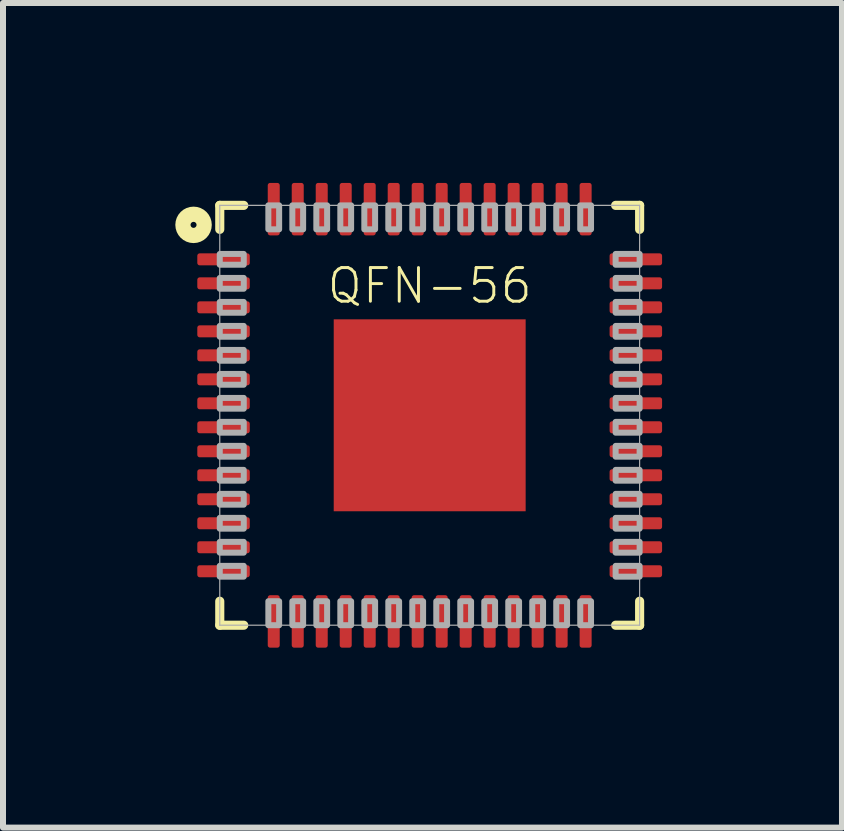
<source format=kicad_pcb>
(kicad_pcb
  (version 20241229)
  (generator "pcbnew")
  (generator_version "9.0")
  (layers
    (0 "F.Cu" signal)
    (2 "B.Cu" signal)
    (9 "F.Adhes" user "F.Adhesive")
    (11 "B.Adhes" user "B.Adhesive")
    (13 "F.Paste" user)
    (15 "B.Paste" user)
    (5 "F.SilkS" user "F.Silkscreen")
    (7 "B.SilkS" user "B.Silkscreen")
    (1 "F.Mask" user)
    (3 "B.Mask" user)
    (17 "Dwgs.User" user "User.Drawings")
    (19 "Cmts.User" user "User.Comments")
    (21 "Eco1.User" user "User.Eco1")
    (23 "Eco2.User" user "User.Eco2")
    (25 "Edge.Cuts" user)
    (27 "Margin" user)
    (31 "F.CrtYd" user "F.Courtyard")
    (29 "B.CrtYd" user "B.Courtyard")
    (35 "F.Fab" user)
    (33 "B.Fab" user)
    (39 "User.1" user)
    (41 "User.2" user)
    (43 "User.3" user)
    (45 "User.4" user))
  (footprint "QFN-56"
    (layer "F.Cu")
    (at 4.114 3.874)
    (property "Reference" "QFN-56" (at 0 -2.159 0) (layer "F.SilkS") (effects (font (size 0.561 0.561) (thickness 0.049))))
    (fp_line (start -3.5 -3.5) (end -3.5 -3.1) (stroke (width 0.152) (type solid)) (layer "F.SilkS"))
    (fp_line (start -3.5 3.5) (end -3.5 3.1) (stroke (width 0.152) (type solid)) (layer "F.SilkS"))
    (fp_line (start -3.1 -3.5) (end -3.5 -3.5) (stroke (width 0.152) (type solid)) (layer "F.SilkS"))
    (fp_line (start -3.1 3.5) (end -3.5 3.5) (stroke (width 0.152) (type solid)) (layer "F.SilkS"))
    (fp_line (start 3.1 3.5) (end 3.5 3.5) (stroke (width 0.152) (type solid)) (layer "F.SilkS"))
    (fp_line (start 3.5 -3.5) (end 3.1 -3.5) (stroke (width 0.152) (type solid)) (layer "F.SilkS"))
    (fp_line (start 3.5 -3.1) (end 3.5 -3.5) (stroke (width 0.152) (type solid)) (layer "F.SilkS"))
    (fp_line (start 3.5 3.1) (end 3.5 3.5) (stroke (width 0.152) (type solid)) (layer "F.SilkS"))
    (fp_circle (center -3.937 -3.175) (end -3.887 -3.175) (stroke (width 0.254) (type solid)) (fill no) (layer "F.SilkS"))
    (fp_poly (pts (xy -3.75 -2.5) (xy -3.1 -2.5) (xy -3.1 -2.7) (xy -3.75 -2.7)) (stroke (width 0) (type default)) (fill yes) (layer "F.Paste"))
    (fp_poly (pts (xy -3.75 -2.1) (xy -3.1 -2.1) (xy -3.1 -2.3) (xy -3.75 -2.3)) (stroke (width 0) (type default)) (fill yes) (layer "F.Paste"))
    (fp_poly (pts (xy -3.75 -1.7) (xy -3.1 -1.7) (xy -3.1 -1.9) (xy -3.75 -1.9)) (stroke (width 0) (type default)) (fill yes) (layer "F.Paste"))
    (fp_poly (pts (xy -3.75 -1.3) (xy -3.1 -1.3) (xy -3.1 -1.5) (xy -3.75 -1.5)) (stroke (width 0) (type default)) (fill yes) (layer "F.Paste"))
    (fp_poly (pts (xy -3.75 -0.9) (xy -3.1 -0.9) (xy -3.1 -1.1) (xy -3.75 -1.1)) (stroke (width 0) (type default)) (fill yes) (layer "F.Paste"))
    (fp_poly (pts (xy -3.75 -0.5) (xy -3.1 -0.5) (xy -3.1 -0.7) (xy -3.75 -0.7)) (stroke (width 0) (type default)) (fill yes) (layer "F.Paste"))
    (fp_poly (pts (xy -3.75 -0.1) (xy -3.1 -0.1) (xy -3.1 -0.3) (xy -3.75 -0.3)) (stroke (width 0) (type default)) (fill yes) (layer "F.Paste"))
    (fp_poly (pts (xy -3.75 0.3) (xy -3.1 0.3) (xy -3.1 0.1) (xy -3.75 0.1)) (stroke (width 0) (type default)) (fill yes) (layer "F.Paste"))
    (fp_poly (pts (xy -3.75 0.7) (xy -3.1 0.7) (xy -3.1 0.5) (xy -3.75 0.5)) (stroke (width 0) (type default)) (fill yes) (layer "F.Paste"))
    (fp_poly (pts (xy -3.75 1.1) (xy -3.1 1.1) (xy -3.1 0.9) (xy -3.75 0.9)) (stroke (width 0) (type default)) (fill yes) (layer "F.Paste"))
    (fp_poly (pts (xy -3.75 1.5) (xy -3.1 1.5) (xy -3.1 1.3) (xy -3.75 1.3)) (stroke (width 0) (type default)) (fill yes) (layer "F.Paste"))
    (fp_poly (pts (xy -3.75 1.9) (xy -3.1 1.9) (xy -3.1 1.7) (xy -3.75 1.7)) (stroke (width 0) (type default)) (fill yes) (layer "F.Paste"))
    (fp_poly (pts (xy -3.75 2.3) (xy -3.1 2.3) (xy -3.1 2.1) (xy -3.75 2.1)) (stroke (width 0) (type default)) (fill yes) (layer "F.Paste"))
    (fp_poly (pts (xy -3.75 2.7) (xy -3.1 2.7) (xy -3.1 2.5) (xy -3.75 2.5)) (stroke (width 0) (type default)) (fill yes) (layer "F.Paste"))
    (fp_poly (pts (xy -2.7 -3.75) (xy -2.7 -3.1) (xy -2.5 -3.1) (xy -2.5 -3.75)) (stroke (width 0) (type default)) (fill yes) (layer "F.Paste"))
    (fp_poly (pts (xy -2.5 3.75) (xy -2.5 3.1) (xy -2.7 3.1) (xy -2.7 3.75)) (stroke (width 0) (type default)) (fill yes) (layer "F.Paste"))
    (fp_poly (pts (xy -2.3 -3.75) (xy -2.3 -3.1) (xy -2.1 -3.1) (xy -2.1 -3.75)) (stroke (width 0) (type default)) (fill yes) (layer "F.Paste"))
    (fp_poly (pts (xy -2.1 3.75) (xy -2.1 3.1) (xy -2.3 3.1) (xy -2.3 3.75)) (stroke (width 0) (type default)) (fill yes) (layer "F.Paste"))
    (fp_poly (pts (xy -1.9 -3.75) (xy -1.9 -3.1) (xy -1.7 -3.1) (xy -1.7 -3.75)) (stroke (width 0) (type default)) (fill yes) (layer "F.Paste"))
    (fp_poly (pts (xy -1.7 3.75) (xy -1.7 3.1) (xy -1.9 3.1) (xy -1.9 3.75)) (stroke (width 0) (type default)) (fill yes) (layer "F.Paste"))
    (fp_poly (pts (xy -1.5 -3.75) (xy -1.5 -3.1) (xy -1.3 -3.1) (xy -1.3 -3.75)) (stroke (width 0) (type default)) (fill yes) (layer "F.Paste"))
    (fp_poly (pts (xy -1.3 -0.7) (xy -0.7 -0.7) (xy -0.7 -1.3) (xy -1.3 -1.3)) (stroke (width 0) (type default)) (fill yes) (layer "F.Paste"))
    (fp_poly (pts (xy -1.3 1.3) (xy -0.7 1.3) (xy -0.7 0.7) (xy -1.3 0.7)) (stroke (width 0) (type default)) (fill yes) (layer "F.Paste"))
    (fp_poly (pts (xy -1.3 3.75) (xy -1.3 3.1) (xy -1.5 3.1) (xy -1.5 3.75)) (stroke (width 0) (type default)) (fill yes) (layer "F.Paste"))
    (fp_poly (pts (xy -1.1 -3.75) (xy -1.1 -3.1) (xy -0.9 -3.1) (xy -0.9 -3.75)) (stroke (width 0) (type default)) (fill yes) (layer "F.Paste"))
    (fp_poly (pts (xy -0.9 3.75) (xy -0.9 3.1) (xy -1.1 3.1) (xy -1.1 3.75)) (stroke (width 0) (type default)) (fill yes) (layer "F.Paste"))
    (fp_poly (pts (xy -0.7 -3.75) (xy -0.7 -3.1) (xy -0.5 -3.1) (xy -0.5 -3.75)) (stroke (width 0) (type default)) (fill yes) (layer "F.Paste"))
    (fp_poly (pts (xy -0.5 3.75) (xy -0.5 3.1) (xy -0.7 3.1) (xy -0.7 3.75)) (stroke (width 0) (type default)) (fill yes) (layer "F.Paste"))
    (fp_poly (pts (xy -0.3 -3.75) (xy -0.3 -3.1) (xy -0.1 -3.1) (xy -0.1 -3.75)) (stroke (width 0) (type default)) (fill yes) (layer "F.Paste"))
    (fp_poly (pts (xy -0.3 0.3) (xy 0.3 0.3) (xy 0.3 -0.3) (xy -0.3 -0.3)) (stroke (width 0) (type default)) (fill yes) (layer "F.Paste"))
    (fp_poly (pts (xy -0.1 3.75) (xy -0.1 3.1) (xy -0.3 3.1) (xy -0.3 3.75)) (stroke (width 0) (type default)) (fill yes) (layer "F.Paste"))
    (fp_poly (pts (xy 0.1 -3.75) (xy 0.1 -3.1) (xy 0.3 -3.1) (xy 0.3 -3.75)) (stroke (width 0) (type default)) (fill yes) (layer "F.Paste"))
    (fp_poly (pts (xy 0.3 3.75) (xy 0.3 3.1) (xy 0.1 3.1) (xy 0.1 3.75)) (stroke (width 0) (type default)) (fill yes) (layer "F.Paste"))
    (fp_poly (pts (xy 0.5 -3.75) (xy 0.5 -3.1) (xy 0.7 -3.1) (xy 0.7 -3.75)) (stroke (width 0) (type default)) (fill yes) (layer "F.Paste"))
    (fp_poly (pts (xy 0.7 -0.7) (xy 1.3 -0.7) (xy 1.3 -1.3) (xy 0.7 -1.3)) (stroke (width 0) (type default)) (fill yes) (layer "F.Paste"))
    (fp_poly (pts (xy 0.7 1.3) (xy 1.3 1.3) (xy 1.3 0.7) (xy 0.7 0.7)) (stroke (width 0) (type default)) (fill yes) (layer "F.Paste"))
    (fp_poly (pts (xy 0.7 3.75) (xy 0.7 3.1) (xy 0.5 3.1) (xy 0.5 3.75)) (stroke (width 0) (type default)) (fill yes) (layer "F.Paste"))
    (fp_poly (pts (xy 0.9 -3.75) (xy 0.9 -3.1) (xy 1.1 -3.1) (xy 1.1 -3.75)) (stroke (width 0) (type default)) (fill yes) (layer "F.Paste"))
    (fp_poly (pts (xy 1.1 3.75) (xy 1.1 3.1) (xy 0.9 3.1) (xy 0.9 3.75)) (stroke (width 0) (type default)) (fill yes) (layer "F.Paste"))
    (fp_poly (pts (xy 1.3 -3.75) (xy 1.3 -3.1) (xy 1.5 -3.1) (xy 1.5 -3.75)) (stroke (width 0) (type default)) (fill yes) (layer "F.Paste"))
    (fp_poly (pts (xy 1.5 3.75) (xy 1.5 3.1) (xy 1.3 3.1) (xy 1.3 3.75)) (stroke (width 0) (type default)) (fill yes) (layer "F.Paste"))
    (fp_poly (pts (xy 1.7 -3.75) (xy 1.7 -3.1) (xy 1.9 -3.1) (xy 1.9 -3.75)) (stroke (width 0) (type default)) (fill yes) (layer "F.Paste"))
    (fp_poly (pts (xy 1.9 3.75) (xy 1.9 3.1) (xy 1.7 3.1) (xy 1.7 3.75)) (stroke (width 0) (type default)) (fill yes) (layer "F.Paste"))
    (fp_poly (pts (xy 2.1 -3.75) (xy 2.1 -3.1) (xy 2.3 -3.1) (xy 2.3 -3.75)) (stroke (width 0) (type default)) (fill yes) (layer "F.Paste"))
    (fp_poly (pts (xy 2.3 3.75) (xy 2.3 3.1) (xy 2.1 3.1) (xy 2.1 3.75)) (stroke (width 0) (type default)) (fill yes) (layer "F.Paste"))
    (fp_poly (pts (xy 2.5 -3.75) (xy 2.5 -3.1) (xy 2.7 -3.1) (xy 2.7 -3.75)) (stroke (width 0) (type default)) (fill yes) (layer "F.Paste"))
    (fp_poly (pts (xy 2.7 3.75) (xy 2.7 3.1) (xy 2.5 3.1) (xy 2.5 3.75)) (stroke (width 0) (type default)) (fill yes) (layer "F.Paste"))
    (fp_poly (pts (xy 3.75 -2.7) (xy 3.1 -2.7) (xy 3.1 -2.5) (xy 3.75 -2.5)) (stroke (width 0) (type default)) (fill yes) (layer "F.Paste"))
    (fp_poly (pts (xy 3.75 -2.3) (xy 3.1 -2.3) (xy 3.1 -2.1) (xy 3.75 -2.1)) (stroke (width 0) (type default)) (fill yes) (layer "F.Paste"))
    (fp_poly (pts (xy 3.75 -1.9) (xy 3.1 -1.9) (xy 3.1 -1.7) (xy 3.75 -1.7)) (stroke (width 0) (type default)) (fill yes) (layer "F.Paste"))
    (fp_poly (pts (xy 3.75 -1.5) (xy 3.1 -1.5) (xy 3.1 -1.3) (xy 3.75 -1.3)) (stroke (width 0) (type default)) (fill yes) (layer "F.Paste"))
    (fp_poly (pts (xy 3.75 -1.1) (xy 3.1 -1.1) (xy 3.1 -0.9) (xy 3.75 -0.9)) (stroke (width 0) (type default)) (fill yes) (layer "F.Paste"))
    (fp_poly (pts (xy 3.75 -0.7) (xy 3.1 -0.7) (xy 3.1 -0.5) (xy 3.75 -0.5)) (stroke (width 0) (type default)) (fill yes) (layer "F.Paste"))
    (fp_poly (pts (xy 3.75 -0.3) (xy 3.1 -0.3) (xy 3.1 -0.1) (xy 3.75 -0.1)) (stroke (width 0) (type default)) (fill yes) (layer "F.Paste"))
    (fp_poly (pts (xy 3.75 0.1) (xy 3.1 0.1) (xy 3.1 0.3) (xy 3.75 0.3)) (stroke (width 0) (type default)) (fill yes) (layer "F.Paste"))
    (fp_poly (pts (xy 3.75 0.5) (xy 3.1 0.5) (xy 3.1 0.7) (xy 3.75 0.7)) (stroke (width 0) (type default)) (fill yes) (layer "F.Paste"))
    (fp_poly (pts (xy 3.75 0.9) (xy 3.1 0.9) (xy 3.1 1.1) (xy 3.75 1.1)) (stroke (width 0) (type default)) (fill yes) (layer "F.Paste"))
    (fp_poly (pts (xy 3.75 1.3) (xy 3.1 1.3) (xy 3.1 1.5) (xy 3.75 1.5)) (stroke (width 0) (type default)) (fill yes) (layer "F.Paste"))
    (fp_poly (pts (xy 3.75 1.7) (xy 3.1 1.7) (xy 3.1 1.9) (xy 3.75 1.9)) (stroke (width 0) (type default)) (fill yes) (layer "F.Paste"))
    (fp_poly (pts (xy 3.75 2.1) (xy 3.1 2.1) (xy 3.1 2.3) (xy 3.75 2.3)) (stroke (width 0) (type default)) (fill yes) (layer "F.Paste"))
    (fp_poly (pts (xy 3.75 2.5) (xy 3.1 2.5) (xy 3.1 2.7) (xy 3.75 2.7)) (stroke (width 0) (type default)) (fill yes) (layer "F.Paste"))
    (fp_line (start -3.5 -3.5) (end -3.5 3.5) (stroke (width 0.02) (type solid)) (layer "F.Fab"))
    (fp_line (start -3.5 3.5) (end 3.5 3.5) (stroke (width 0.02) (type solid)) (layer "F.Fab"))
    (fp_line (start 3.5 -3.5) (end -3.5 -3.5) (stroke (width 0.02) (type solid)) (layer "F.Fab"))
    (fp_line (start 3.5 3.5) (end 3.5 -3.5) (stroke (width 0.02) (type solid)) (layer "F.Fab"))
    (fp_poly (pts (xy -3.5 -2.51) (xy -3.1 -2.51) (xy -3.1 -2.69) (xy -3.5 -2.69)) (stroke (width 0.1) (type default)) (fill no) (layer "F.Fab"))
    (fp_poly (pts (xy -3.5 -2.11) (xy -3.1 -2.11) (xy -3.1 -2.29) (xy -3.5 -2.29)) (stroke (width 0.1) (type default)) (fill no) (layer "F.Fab"))
    (fp_poly (pts (xy -3.5 -1.71) (xy -3.1 -1.71) (xy -3.1 -1.89) (xy -3.5 -1.89)) (stroke (width 0.1) (type default)) (fill no) (layer "F.Fab"))
    (fp_poly (pts (xy -3.5 -1.31) (xy -3.1 -1.31) (xy -3.1 -1.49) (xy -3.5 -1.49)) (stroke (width 0.1) (type default)) (fill no) (layer "F.Fab"))
    (fp_poly (pts (xy -3.5 -0.91) (xy -3.1 -0.91) (xy -3.1 -1.09) (xy -3.5 -1.09)) (stroke (width 0.1) (type default)) (fill no) (layer "F.Fab"))
    (fp_poly (pts (xy -3.5 -0.51) (xy -3.1 -0.51) (xy -3.1 -0.69) (xy -3.5 -0.69)) (stroke (width 0.1) (type default)) (fill no) (layer "F.Fab"))
    (fp_poly (pts (xy -3.5 -0.11) (xy -3.1 -0.11) (xy -3.1 -0.29) (xy -3.5 -0.29)) (stroke (width 0.1) (type default)) (fill no) (layer "F.Fab"))
    (fp_poly (pts (xy -3.5 0.29) (xy -3.1 0.29) (xy -3.1 0.11) (xy -3.5 0.11)) (stroke (width 0.1) (type default)) (fill no) (layer "F.Fab"))
    (fp_poly (pts (xy -3.5 0.69) (xy -3.1 0.69) (xy -3.1 0.51) (xy -3.5 0.51)) (stroke (width 0.1) (type default)) (fill no) (layer "F.Fab"))
    (fp_poly (pts (xy -3.5 1.09) (xy -3.1 1.09) (xy -3.1 0.91) (xy -3.5 0.91)) (stroke (width 0.1) (type default)) (fill no) (layer "F.Fab"))
    (fp_poly (pts (xy -3.5 1.49) (xy -3.1 1.49) (xy -3.1 1.31) (xy -3.5 1.31)) (stroke (width 0.1) (type default)) (fill no) (layer "F.Fab"))
    (fp_poly (pts (xy -3.5 1.89) (xy -3.1 1.89) (xy -3.1 1.71) (xy -3.5 1.71)) (stroke (width 0.1) (type default)) (fill no) (layer "F.Fab"))
    (fp_poly (pts (xy -3.5 2.29) (xy -3.1 2.29) (xy -3.1 2.11) (xy -3.5 2.11)) (stroke (width 0.1) (type default)) (fill no) (layer "F.Fab"))
    (fp_poly (pts (xy -3.5 2.69) (xy -3.1 2.69) (xy -3.1 2.51) (xy -3.5 2.51)) (stroke (width 0.1) (type default)) (fill no) (layer "F.Fab"))
    (fp_poly (pts (xy -2.69 -3.5) (xy -2.69 -3.1) (xy -2.51 -3.1) (xy -2.51 -3.5)) (stroke (width 0.1) (type default)) (fill no) (layer "F.Fab"))
    (fp_poly (pts (xy -2.51 3.5) (xy -2.51 3.1) (xy -2.69 3.1) (xy -2.69 3.5)) (stroke (width 0.1) (type default)) (fill no) (layer "F.Fab"))
    (fp_poly (pts (xy -2.29 -3.5) (xy -2.29 -3.1) (xy -2.11 -3.1) (xy -2.11 -3.5)) (stroke (width 0.1) (type default)) (fill no) (layer "F.Fab"))
    (fp_poly (pts (xy -2.11 3.5) (xy -2.11 3.1) (xy -2.29 3.1) (xy -2.29 3.5)) (stroke (width 0.1) (type default)) (fill no) (layer "F.Fab"))
    (fp_poly (pts (xy -1.89 -3.5) (xy -1.89 -3.1) (xy -1.71 -3.1) (xy -1.71 -3.5)) (stroke (width 0.1) (type default)) (fill no) (layer "F.Fab"))
    (fp_poly (pts (xy -1.71 3.5) (xy -1.71 3.1) (xy -1.89 3.1) (xy -1.89 3.5)) (stroke (width 0.1) (type default)) (fill no) (layer "F.Fab"))
    (fp_poly (pts (xy -1.49 -3.5) (xy -1.49 -3.1) (xy -1.31 -3.1) (xy -1.31 -3.5)) (stroke (width 0.1) (type default)) (fill no) (layer "F.Fab"))
    (fp_poly (pts (xy -1.31 3.5) (xy -1.31 3.1) (xy -1.49 3.1) (xy -1.49 3.5)) (stroke (width 0.1) (type default)) (fill no) (layer "F.Fab"))
    (fp_poly (pts (xy -1.09 -3.5) (xy -1.09 -3.1) (xy -0.91 -3.1) (xy -0.91 -3.5)) (stroke (width 0.1) (type default)) (fill no) (layer "F.Fab"))
    (fp_poly (pts (xy -0.91 3.5) (xy -0.91 3.1) (xy -1.09 3.1) (xy -1.09 3.5)) (stroke (width 0.1) (type default)) (fill no) (layer "F.Fab"))
    (fp_poly (pts (xy -0.69 -3.5) (xy -0.69 -3.1) (xy -0.51 -3.1) (xy -0.51 -3.5)) (stroke (width 0.1) (type default)) (fill no) (layer "F.Fab"))
    (fp_poly (pts (xy -0.51 3.5) (xy -0.51 3.1) (xy -0.69 3.1) (xy -0.69 3.5)) (stroke (width 0.1) (type default)) (fill no) (layer "F.Fab"))
    (fp_poly (pts (xy -0.29 -3.5) (xy -0.29 -3.1) (xy -0.11 -3.1) (xy -0.11 -3.5)) (stroke (width 0.1) (type default)) (fill no) (layer "F.Fab"))
    (fp_poly (pts (xy -0.11 3.5) (xy -0.11 3.1) (xy -0.29 3.1) (xy -0.29 3.5)) (stroke (width 0.1) (type default)) (fill no) (layer "F.Fab"))
    (fp_poly (pts (xy 0.11 -3.5) (xy 0.11 -3.1) (xy 0.29 -3.1) (xy 0.29 -3.5)) (stroke (width 0.1) (type default)) (fill no) (layer "F.Fab"))
    (fp_poly (pts (xy 0.29 3.5) (xy 0.29 3.1) (xy 0.11 3.1) (xy 0.11 3.5)) (stroke (width 0.1) (type default)) (fill no) (layer "F.Fab"))
    (fp_poly (pts (xy 0.51 -3.5) (xy 0.51 -3.1) (xy 0.69 -3.1) (xy 0.69 -3.5)) (stroke (width 0.1) (type default)) (fill no) (layer "F.Fab"))
    (fp_poly (pts (xy 0.69 3.5) (xy 0.69 3.1) (xy 0.51 3.1) (xy 0.51 3.5)) (stroke (width 0.1) (type default)) (fill no) (layer "F.Fab"))
    (fp_poly (pts (xy 0.91 -3.5) (xy 0.91 -3.1) (xy 1.09 -3.1) (xy 1.09 -3.5)) (stroke (width 0.1) (type default)) (fill no) (layer "F.Fab"))
    (fp_poly (pts (xy 1.09 3.5) (xy 1.09 3.1) (xy 0.91 3.1) (xy 0.91 3.5)) (stroke (width 0.1) (type default)) (fill no) (layer "F.Fab"))
    (fp_poly (pts (xy 1.31 -3.5) (xy 1.31 -3.1) (xy 1.49 -3.1) (xy 1.49 -3.5)) (stroke (width 0.1) (type default)) (fill no) (layer "F.Fab"))
    (fp_poly (pts (xy 1.49 3.5) (xy 1.49 3.1) (xy 1.31 3.1) (xy 1.31 3.5)) (stroke (width 0.1) (type default)) (fill no) (layer "F.Fab"))
    (fp_poly (pts (xy 1.71 -3.5) (xy 1.71 -3.1) (xy 1.89 -3.1) (xy 1.89 -3.5)) (stroke (width 0.1) (type default)) (fill no) (layer "F.Fab"))
    (fp_poly (pts (xy 1.89 3.5) (xy 1.89 3.1) (xy 1.71 3.1) (xy 1.71 3.5)) (stroke (width 0.1) (type default)) (fill no) (layer "F.Fab"))
    (fp_poly (pts (xy 2.11 -3.5) (xy 2.11 -3.1) (xy 2.29 -3.1) (xy 2.29 -3.5)) (stroke (width 0.1) (type default)) (fill no) (layer "F.Fab"))
    (fp_poly (pts (xy 2.29 3.5) (xy 2.29 3.1) (xy 2.11 3.1) (xy 2.11 3.5)) (stroke (width 0.1) (type default)) (fill no) (layer "F.Fab"))
    (fp_poly (pts (xy 2.51 -3.5) (xy 2.51 -3.1) (xy 2.69 -3.1) (xy 2.69 -3.5)) (stroke (width 0.1) (type default)) (fill no) (layer "F.Fab"))
    (fp_poly (pts (xy 2.69 3.5) (xy 2.69 3.1) (xy 2.51 3.1) (xy 2.51 3.5)) (stroke (width 0.1) (type default)) (fill no) (layer "F.Fab"))
    (fp_poly (pts (xy 3.5 -2.69) (xy 3.1 -2.69) (xy 3.1 -2.51) (xy 3.5 -2.51)) (stroke (width 0.1) (type default)) (fill no) (layer "F.Fab"))
    (fp_poly (pts (xy 3.5 -2.29) (xy 3.1 -2.29) (xy 3.1 -2.11) (xy 3.5 -2.11)) (stroke (width 0.1) (type default)) (fill no) (layer "F.Fab"))
    (fp_poly (pts (xy 3.5 -1.89) (xy 3.1 -1.89) (xy 3.1 -1.71) (xy 3.5 -1.71)) (stroke (width 0.1) (type default)) (fill no) (layer "F.Fab"))
    (fp_poly (pts (xy 3.5 -1.49) (xy 3.1 -1.49) (xy 3.1 -1.31) (xy 3.5 -1.31)) (stroke (width 0.1) (type default)) (fill no) (layer "F.Fab"))
    (fp_poly (pts (xy 3.5 -1.09) (xy 3.1 -1.09) (xy 3.1 -0.91) (xy 3.5 -0.91)) (stroke (width 0.1) (type default)) (fill no) (layer "F.Fab"))
    (fp_poly (pts (xy 3.5 -0.69) (xy 3.1 -0.69) (xy 3.1 -0.51) (xy 3.5 -0.51)) (stroke (width 0.1) (type default)) (fill no) (layer "F.Fab"))
    (fp_poly (pts (xy 3.5 -0.29) (xy 3.1 -0.29) (xy 3.1 -0.11) (xy 3.5 -0.11)) (stroke (width 0.1) (type default)) (fill no) (layer "F.Fab"))
    (fp_poly (pts (xy 3.5 0.11) (xy 3.1 0.11) (xy 3.1 0.29) (xy 3.5 0.29)) (stroke (width 0.1) (type default)) (fill no) (layer "F.Fab"))
    (fp_poly (pts (xy 3.5 0.51) (xy 3.1 0.51) (xy 3.1 0.69) (xy 3.5 0.69)) (stroke (width 0.1) (type default)) (fill no) (layer "F.Fab"))
    (fp_poly (pts (xy 3.5 0.91) (xy 3.1 0.91) (xy 3.1 1.09) (xy 3.5 1.09)) (stroke (width 0.1) (type default)) (fill no) (layer "F.Fab"))
    (fp_poly (pts (xy 3.5 1.31) (xy 3.1 1.31) (xy 3.1 1.49) (xy 3.5 1.49)) (stroke (width 0.1) (type default)) (fill no) (layer "F.Fab"))
    (fp_poly (pts (xy 3.5 1.71) (xy 3.1 1.71) (xy 3.1 1.89) (xy 3.5 1.89)) (stroke (width 0.1) (type default)) (fill no) (layer "F.Fab"))
    (fp_poly (pts (xy 3.5 2.11) (xy 3.1 2.11) (xy 3.1 2.29) (xy 3.5 2.29)) (stroke (width 0.1) (type default)) (fill no) (layer "F.Fab"))
    (fp_poly (pts (xy 3.5 2.51) (xy 3.1 2.51) (xy 3.1 2.69) (xy 3.5 2.69)) (stroke (width 0.1) (type default)) (fill no) (layer "F.Fab"))
    (pad "1" smd roundrect (at -3.437 -2.6 180) (size 0.875 0.2) (layers "F.Cu" "F.Mask") (roundrect_rratio 0.2))
    (pad "2" smd roundrect (at -3.437 -2.2 180) (size 0.875 0.2) (layers "F.Cu" "F.Mask") (roundrect_rratio 0.2))
    (pad "3" smd roundrect (at -3.437 -1.8 180) (size 0.875 0.2) (layers "F.Cu" "F.Mask") (roundrect_rratio 0.2))
    (pad "4" smd roundrect (at -3.437 -1.4 180) (size 0.875 0.2) (layers "F.Cu" "F.Mask") (roundrect_rratio 0.2))
    (pad "5" smd roundrect (at -3.437 -1 180) (size 0.875 0.2) (layers "F.Cu" "F.Mask") (roundrect_rratio 0.2))
    (pad "6" smd roundrect (at -3.437 -0.6 180) (size 0.875 0.2) (layers "F.Cu" "F.Mask") (roundrect_rratio 0.2))
    (pad "7" smd roundrect (at -3.437 -0.2) (size 0.875 0.2) (layers "F.Cu" "F.Mask") (roundrect_rratio 0.2))
    (pad "8" smd roundrect (at -3.437 0.2 180) (size 0.875 0.2) (layers "F.Cu" "F.Mask") (roundrect_rratio 0.2))
    (pad "9" smd roundrect (at -3.437 0.6 180) (size 0.875 0.2) (layers "F.Cu" "F.Mask") (roundrect_rratio 0.2))
    (pad "10" smd roundrect (at -3.437 1 180) (size 0.875 0.2) (layers "F.Cu" "F.Mask") (roundrect_rratio 0.2))
    (pad "11" smd roundrect (at -3.437 1.4 180) (size 0.875 0.2) (layers "F.Cu" "F.Mask") (roundrect_rratio 0.2))
    (pad "12" smd roundrect (at -3.437 1.8 180) (size 0.875 0.2) (layers "F.Cu" "F.Mask") (roundrect_rratio 0.2))
    (pad "13" smd roundrect (at -3.437 2.2 180) (size 0.875 0.2) (layers "F.Cu" "F.Mask") (roundrect_rratio 0.2))
    (pad "14" smd roundrect (at -3.437 2.6) (size 0.875 0.2) (layers "F.Cu" "F.Mask") (roundrect_rratio 0.2))
    (pad "15" smd roundrect (at -2.6 3.437 270) (size 0.875 0.2) (layers "F.Cu" "F.Mask") (roundrect_rratio 0.2))
    (pad "16" smd roundrect (at -2.2 3.437 270) (size 0.875 0.2) (layers "F.Cu" "F.Mask") (roundrect_rratio 0.2))
    (pad "17" smd roundrect (at -1.8 3.437 270) (size 0.875 0.2) (layers "F.Cu" "F.Mask") (roundrect_rratio 0.2))
    (pad "18" smd roundrect (at -1.4 3.437 270) (size 0.875 0.2) (layers "F.Cu" "F.Mask") (roundrect_rratio 0.2))
    (pad "19" smd roundrect (at -1 3.437 270) (size 0.875 0.2) (layers "F.Cu" "F.Mask") (roundrect_rratio 0.2))
    (pad "20" smd roundrect (at -0.6 3.437 270) (size 0.875 0.2) (layers "F.Cu" "F.Mask") (roundrect_rratio 0.2))
    (pad "21" smd roundrect (at -0.2 3.437 90) (size 0.875 0.2) (layers "F.Cu" "F.Mask") (roundrect_rratio 0.2))
    (pad "22" smd roundrect (at 0.2 3.437 270) (size 0.875 0.2) (layers "F.Cu" "F.Mask") (roundrect_rratio 0.2))
    (pad "23" smd roundrect (at 0.6 3.437 270) (size 0.875 0.2) (layers "F.Cu" "F.Mask") (roundrect_rratio 0.2))
    (pad "24" smd roundrect (at 1 3.437 270) (size 0.875 0.2) (layers "F.Cu" "F.Mask") (roundrect_rratio 0.2))
    (pad "25" smd roundrect (at 1.4 3.437 270) (size 0.875 0.2) (layers "F.Cu" "F.Mask") (roundrect_rratio 0.2))
    (pad "26" smd roundrect (at 1.8 3.437 270) (size 0.875 0.2) (layers "F.Cu" "F.Mask") (roundrect_rratio 0.2))
    (pad "27" smd roundrect (at 2.2 3.437 270) (size 0.875 0.2) (layers "F.Cu" "F.Mask") (roundrect_rratio 0.2))
    (pad "28" smd roundrect (at 2.6 3.437 90) (size 0.875 0.2) (layers "F.Cu" "F.Mask") (roundrect_rratio 0.2))
    (pad "29" smd roundrect (at 3.437 2.6) (size 0.875 0.2) (layers "F.Cu" "F.Mask") (roundrect_rratio 0.2))
    (pad "30" smd roundrect (at 3.437 2.2) (size 0.875 0.2) (layers "F.Cu" "F.Mask") (roundrect_rratio 0.2))
    (pad "31" smd roundrect (at 3.437 1.8) (size 0.875 0.2) (layers "F.Cu" "F.Mask") (roundrect_rratio 0.2))
    (pad "32" smd roundrect (at 3.437 1.4) (size 0.875 0.2) (layers "F.Cu" "F.Mask") (roundrect_rratio 0.2))
    (pad "33" smd roundrect (at 3.437 1) (size 0.875 0.2) (layers "F.Cu" "F.Mask") (roundrect_rratio 0.2))
    (pad "34" smd roundrect (at 3.437 0.6) (size 0.875 0.2) (layers "F.Cu" "F.Mask") (roundrect_rratio 0.2))
    (pad "35" smd roundrect (at 3.437 0.2 180) (size 0.875 0.2) (layers "F.Cu" "F.Mask") (roundrect_rratio 0.2))
    (pad "36" smd roundrect (at 3.437 -0.2) (size 0.875 0.2) (layers "F.Cu" "F.Mask") (roundrect_rratio 0.2))
    (pad "37" smd roundrect (at 3.437 -0.6) (size 0.875 0.2) (layers "F.Cu" "F.Mask") (roundrect_rratio 0.2))
    (pad "38" smd roundrect (at 3.437 -1) (size 0.875 0.2) (layers "F.Cu" "F.Mask") (roundrect_rratio 0.2))
    (pad "39" smd roundrect (at 3.437 -1.4) (size 0.875 0.2) (layers "F.Cu" "F.Mask") (roundrect_rratio 0.2))
    (pad "40" smd roundrect (at 3.437 -1.8) (size 0.875 0.2) (layers "F.Cu" "F.Mask") (roundrect_rratio 0.2))
    (pad "41" smd roundrect (at 3.437 -2.2) (size 0.875 0.2) (layers "F.Cu" "F.Mask") (roundrect_rratio 0.2))
    (pad "42" smd roundrect (at 3.437 -2.6 180) (size 0.875 0.2) (layers "F.Cu" "F.Mask") (roundrect_rratio 0.2))
    (pad "43" smd roundrect (at 2.6 -3.437 90) (size 0.875 0.2) (layers "F.Cu" "F.Mask") (roundrect_rratio 0.2))
    (pad "44" smd roundrect (at 2.2 -3.437 90) (size 0.875 0.2) (layers "F.Cu" "F.Mask") (roundrect_rratio 0.2))
    (pad "45" smd roundrect (at 1.8 -3.437 90) (size 0.875 0.2) (layers "F.Cu" "F.Mask") (roundrect_rratio 0.2))
    (pad "46" smd roundrect (at 1.4 -3.437 90) (size 0.875 0.2) (layers "F.Cu" "F.Mask") (roundrect_rratio 0.2))
    (pad "47" smd roundrect (at 1 -3.437 90) (size 0.875 0.2) (layers "F.Cu" "F.Mask") (roundrect_rratio 0.2))
    (pad "48" smd roundrect (at 0.6 -3.437 90) (size 0.875 0.2) (layers "F.Cu" "F.Mask") (roundrect_rratio 0.2))
    (pad "49" smd roundrect (at 0.2 -3.437 270) (size 0.875 0.2) (layers "F.Cu" "F.Mask") (roundrect_rratio 0.2))
    (pad "50" smd roundrect (at -0.2 -3.437 90) (size 0.875 0.2) (layers "F.Cu" "F.Mask") (roundrect_rratio 0.2))
    (pad "51" smd roundrect (at -0.6 -3.437 90) (size 0.875 0.2) (layers "F.Cu" "F.Mask") (roundrect_rratio 0.2))
    (pad "52" smd roundrect (at -1 -3.437 90) (size 0.875 0.2) (layers "F.Cu" "F.Mask") (roundrect_rratio 0.2))
    (pad "53" smd roundrect (at -1.4 -3.437 90) (size 0.875 0.2) (layers "F.Cu" "F.Mask") (roundrect_rratio 0.2))
    (pad "54" smd roundrect (at -1.8 -3.437 90) (size 0.875 0.2) (layers "F.Cu" "F.Mask") (roundrect_rratio 0.2))
    (pad "55" smd roundrect (at -2.2 -3.437 90) (size 0.875 0.2) (layers "F.Cu" "F.Mask") (roundrect_rratio 0.2))
    (pad "56" smd roundrect (at -2.6 -3.437 270) (size 0.875 0.2) (layers "F.Cu" "F.Mask") (roundrect_rratio 0.2))
    (pad "EPAD" smd rect (at 0 0) (size 3.2 3.2) (layers "F.Cu" "F.Mask")))
  (gr_rect
    (start -3 -3)
    (end 10.988 10.748)
    (stroke (width 0.1) (type default))
    (fill no)
    (layer "Edge.Cuts")))
</source>
